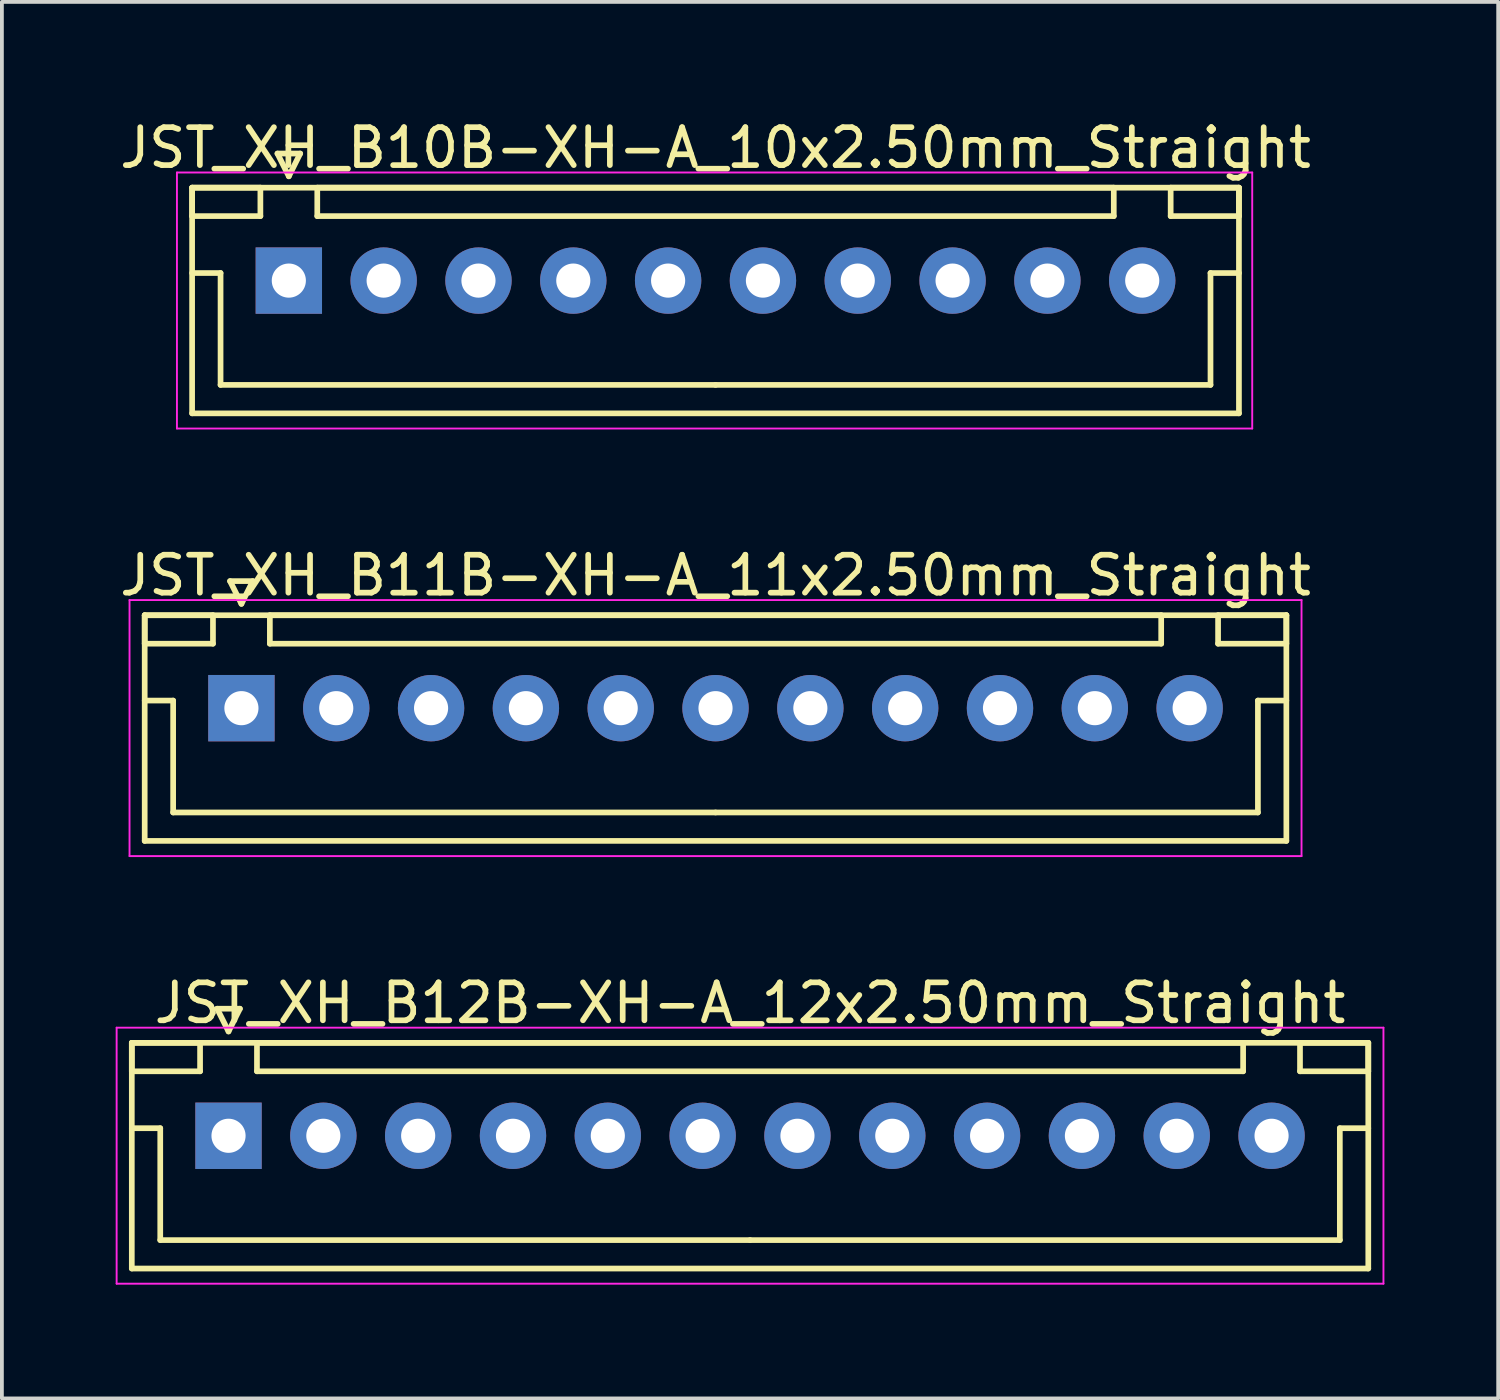
<source format=kicad_pcb>
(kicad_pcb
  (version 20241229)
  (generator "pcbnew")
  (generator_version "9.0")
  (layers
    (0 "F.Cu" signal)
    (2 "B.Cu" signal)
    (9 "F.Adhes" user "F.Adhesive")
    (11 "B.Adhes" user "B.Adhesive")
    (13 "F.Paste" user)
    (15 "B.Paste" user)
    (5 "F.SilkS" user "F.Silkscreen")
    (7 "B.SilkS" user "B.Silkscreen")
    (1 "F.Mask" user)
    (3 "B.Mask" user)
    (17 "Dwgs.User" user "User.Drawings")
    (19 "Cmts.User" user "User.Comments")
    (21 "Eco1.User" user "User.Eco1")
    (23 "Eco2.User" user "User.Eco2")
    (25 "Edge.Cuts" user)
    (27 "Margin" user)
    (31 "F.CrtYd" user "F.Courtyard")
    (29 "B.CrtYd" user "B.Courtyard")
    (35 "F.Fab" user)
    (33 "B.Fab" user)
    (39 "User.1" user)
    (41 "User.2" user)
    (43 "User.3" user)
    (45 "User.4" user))
  (footprint "JST_XH_B11B-XH-A_11x2.50mm_Straight"
    (layer "F.Cu")
    (at 3.315 15.621)
    (property "Reference" "JST_XH_B11B-XH-A_11x2.50mm_Straight" (at 12.5 -3.5 0) (layer "F.SilkS") (effects (font (size 1 1) (thickness 0.15))))
    (attr through_hole)
    (fp_line (start -2.55 -2.45) (end -2.55 -1.7) (stroke (width 0.15) (type solid)) (layer "F.SilkS"))
    (fp_line (start -2.55 -2.45) (end -2.55 3.5) (stroke (width 0.15) (type solid)) (layer "F.SilkS"))
    (fp_line (start -2.55 -1.7) (end -0.75 -1.7) (stroke (width 0.15) (type solid)) (layer "F.SilkS"))
    (fp_line (start -2.55 -0.2) (end -1.8 -0.2) (stroke (width 0.15) (type solid)) (layer "F.SilkS"))
    (fp_line (start -2.55 3.5) (end 27.55 3.5) (stroke (width 0.15) (type solid)) (layer "F.SilkS"))
    (fp_line (start -1.8 -0.2) (end -1.8 2.75) (stroke (width 0.15) (type solid)) (layer "F.SilkS"))
    (fp_line (start -1.8 2.75) (end 12.5 2.75) (stroke (width 0.15) (type solid)) (layer "F.SilkS"))
    (fp_line (start -0.75 -2.45) (end -2.55 -2.45) (stroke (width 0.15) (type solid)) (layer "F.SilkS"))
    (fp_line (start -0.75 -1.7) (end -0.75 -2.45) (stroke (width 0.15) (type solid)) (layer "F.SilkS"))
    (fp_line (start -0.3 -3.35) (end 0.3 -3.35) (stroke (width 0.15) (type solid)) (layer "F.SilkS"))
    (fp_line (start 0 -2.75) (end -0.3 -3.35) (stroke (width 0.15) (type solid)) (layer "F.SilkS"))
    (fp_line (start 0.3 -3.35) (end 0 -2.75) (stroke (width 0.15) (type solid)) (layer "F.SilkS"))
    (fp_line (start 0.75 -2.45) (end 0.75 -1.7) (stroke (width 0.15) (type solid)) (layer "F.SilkS"))
    (fp_line (start 0.75 -1.7) (end 24.25 -1.7) (stroke (width 0.15) (type solid)) (layer "F.SilkS"))
    (fp_line (start 24.25 -2.45) (end 0.75 -2.45) (stroke (width 0.15) (type solid)) (layer "F.SilkS"))
    (fp_line (start 24.25 -1.7) (end 24.25 -2.45) (stroke (width 0.15) (type solid)) (layer "F.SilkS"))
    (fp_line (start 25.75 -2.45) (end 25.75 -1.7) (stroke (width 0.15) (type solid)) (layer "F.SilkS"))
    (fp_line (start 25.75 -1.7) (end 27.55 -1.7) (stroke (width 0.15) (type solid)) (layer "F.SilkS"))
    (fp_line (start 26.8 -0.2) (end 26.8 2.75) (stroke (width 0.15) (type solid)) (layer "F.SilkS"))
    (fp_line (start 26.8 2.75) (end 12.5 2.75) (stroke (width 0.15) (type solid)) (layer "F.SilkS"))
    (fp_line (start 27.55 -2.45) (end -2.55 -2.45) (stroke (width 0.15) (type solid)) (layer "F.SilkS"))
    (fp_line (start 27.55 -2.45) (end 25.75 -2.45) (stroke (width 0.15) (type solid)) (layer "F.SilkS"))
    (fp_line (start 27.55 -1.7) (end 27.55 -2.45) (stroke (width 0.15) (type solid)) (layer "F.SilkS"))
    (fp_line (start 27.55 -0.2) (end 26.8 -0.2) (stroke (width 0.15) (type solid)) (layer "F.SilkS"))
    (fp_line (start 27.55 3.5) (end 27.55 -2.45) (stroke (width 0.15) (type solid)) (layer "F.SilkS"))
    (fp_line (start -2.95 -2.85) (end -2.95 3.9) (stroke (width 0.05) (type solid)) (layer "F.CrtYd"))
    (fp_line (start -2.95 3.9) (end 27.95 3.9) (stroke (width 0.05) (type solid)) (layer "F.CrtYd"))
    (fp_line (start 27.95 -2.85) (end -2.95 -2.85) (stroke (width 0.05) (type solid)) (layer "F.CrtYd"))
    (fp_line (start 27.95 3.9) (end 27.95 -2.85) (stroke (width 0.05) (type solid)) (layer "F.CrtYd"))
    (pad "1" thru_hole rect (at 0 0) (size 1.75 1.75) (drill 0.9) (layers "*.Cu" "*.Mask"))
    (pad "2" thru_hole circle (at 2.5 0) (size 1.75 1.75) (drill 0.9) (layers "*.Cu" "*.Mask"))
    (pad "3" thru_hole circle (at 5 0) (size 1.75 1.75) (drill 0.9) (layers "*.Cu" "*.Mask"))
    (pad "4" thru_hole circle (at 7.5 0) (size 1.75 1.75) (drill 0.9) (layers "*.Cu" "*.Mask"))
    (pad "5" thru_hole circle (at 10 0) (size 1.75 1.75) (drill 0.9) (layers "*.Cu" "*.Mask"))
    (pad "6" thru_hole circle (at 12.5 0) (size 1.75 1.75) (drill 0.9) (layers "*.Cu" "*.Mask"))
    (pad "7" thru_hole circle (at 15 0) (size 1.75 1.75) (drill 0.9) (layers "*.Cu" "*.Mask"))
    (pad "8" thru_hole circle (at 17.5 0) (size 1.75 1.75) (drill 0.9) (layers "*.Cu" "*.Mask"))
    (pad "9" thru_hole circle (at 20 0) (size 1.75 1.75) (drill 0.9) (layers "*.Cu" "*.Mask"))
    (pad "10" thru_hole circle (at 22.5 0) (size 1.75 1.75) (drill 0.9) (layers "*.Cu" "*.Mask"))
    (pad "11" thru_hole circle (at 25 0) (size 1.75 1.75) (drill 0.9) (layers "*.Cu" "*.Mask")))
  (footprint "JST_XH_B10B-XH-A_10x2.50mm_Straight"
    (layer "F.Cu")
    (at 4.565 4.348)
    (property "Reference" "JST_XH_B10B-XH-A_10x2.50mm_Straight" (at 11.25 -3.5 0) (layer "F.SilkS") (effects (font (size 1 1) (thickness 0.15))))
    (attr through_hole)
    (fp_line (start -2.55 -2.45) (end -2.55 -1.7) (stroke (width 0.15) (type solid)) (layer "F.SilkS"))
    (fp_line (start -2.55 -2.45) (end -2.55 3.5) (stroke (width 0.15) (type solid)) (layer "F.SilkS"))
    (fp_line (start -2.55 -1.7) (end -0.75 -1.7) (stroke (width 0.15) (type solid)) (layer "F.SilkS"))
    (fp_line (start -2.55 -0.2) (end -1.8 -0.2) (stroke (width 0.15) (type solid)) (layer "F.SilkS"))
    (fp_line (start -2.55 3.5) (end 25.05 3.5) (stroke (width 0.15) (type solid)) (layer "F.SilkS"))
    (fp_line (start -1.8 -0.2) (end -1.8 2.75) (stroke (width 0.15) (type solid)) (layer "F.SilkS"))
    (fp_line (start -1.8 2.75) (end 11.25 2.75) (stroke (width 0.15) (type solid)) (layer "F.SilkS"))
    (fp_line (start -0.75 -2.45) (end -2.55 -2.45) (stroke (width 0.15) (type solid)) (layer "F.SilkS"))
    (fp_line (start -0.75 -1.7) (end -0.75 -2.45) (stroke (width 0.15) (type solid)) (layer "F.SilkS"))
    (fp_line (start -0.3 -3.35) (end 0.3 -3.35) (stroke (width 0.15) (type solid)) (layer "F.SilkS"))
    (fp_line (start 0 -2.75) (end -0.3 -3.35) (stroke (width 0.15) (type solid)) (layer "F.SilkS"))
    (fp_line (start 0.3 -3.35) (end 0 -2.75) (stroke (width 0.15) (type solid)) (layer "F.SilkS"))
    (fp_line (start 0.75 -2.45) (end 0.75 -1.7) (stroke (width 0.15) (type solid)) (layer "F.SilkS"))
    (fp_line (start 0.75 -1.7) (end 21.75 -1.7) (stroke (width 0.15) (type solid)) (layer "F.SilkS"))
    (fp_line (start 21.75 -2.45) (end 0.75 -2.45) (stroke (width 0.15) (type solid)) (layer "F.SilkS"))
    (fp_line (start 21.75 -1.7) (end 21.75 -2.45) (stroke (width 0.15) (type solid)) (layer "F.SilkS"))
    (fp_line (start 23.25 -2.45) (end 23.25 -1.7) (stroke (width 0.15) (type solid)) (layer "F.SilkS"))
    (fp_line (start 23.25 -1.7) (end 25.05 -1.7) (stroke (width 0.15) (type solid)) (layer "F.SilkS"))
    (fp_line (start 24.3 -0.2) (end 24.3 2.75) (stroke (width 0.15) (type solid)) (layer "F.SilkS"))
    (fp_line (start 24.3 2.75) (end 11.25 2.75) (stroke (width 0.15) (type solid)) (layer "F.SilkS"))
    (fp_line (start 25.05 -2.45) (end -2.55 -2.45) (stroke (width 0.15) (type solid)) (layer "F.SilkS"))
    (fp_line (start 25.05 -2.45) (end 23.25 -2.45) (stroke (width 0.15) (type solid)) (layer "F.SilkS"))
    (fp_line (start 25.05 -1.7) (end 25.05 -2.45) (stroke (width 0.15) (type solid)) (layer "F.SilkS"))
    (fp_line (start 25.05 -0.2) (end 24.3 -0.2) (stroke (width 0.15) (type solid)) (layer "F.SilkS"))
    (fp_line (start 25.05 3.5) (end 25.05 -2.45) (stroke (width 0.15) (type solid)) (layer "F.SilkS"))
    (fp_line (start -2.95 -2.85) (end -2.95 3.9) (stroke (width 0.05) (type solid)) (layer "F.CrtYd"))
    (fp_line (start -2.95 3.9) (end 25.4 3.9) (stroke (width 0.05) (type solid)) (layer "F.CrtYd"))
    (fp_line (start 25.4 -2.85) (end -2.95 -2.85) (stroke (width 0.05) (type solid)) (layer "F.CrtYd"))
    (fp_line (start 25.4 3.9) (end 25.4 -2.85) (stroke (width 0.05) (type solid)) (layer "F.CrtYd"))
    (pad "1" thru_hole rect (at 0 0) (size 1.75 1.75) (drill 0.9) (layers "*.Cu" "*.Mask"))
    (pad "2" thru_hole circle (at 2.5 0) (size 1.75 1.75) (drill 0.9) (layers "*.Cu" "*.Mask"))
    (pad "3" thru_hole circle (at 5 0) (size 1.75 1.75) (drill 0.9) (layers "*.Cu" "*.Mask"))
    (pad "4" thru_hole circle (at 7.5 0) (size 1.75 1.75) (drill 0.9) (layers "*.Cu" "*.Mask"))
    (pad "5" thru_hole circle (at 10 0) (size 1.75 1.75) (drill 0.9) (layers "*.Cu" "*.Mask"))
    (pad "6" thru_hole circle (at 12.5 0) (size 1.75 1.75) (drill 0.9) (layers "*.Cu" "*.Mask"))
    (pad "7" thru_hole circle (at 15 0) (size 1.75 1.75) (drill 0.9) (layers "*.Cu" "*.Mask"))
    (pad "8" thru_hole circle (at 17.5 0) (size 1.75 1.75) (drill 0.9) (layers "*.Cu" "*.Mask"))
    (pad "9" thru_hole circle (at 20 0) (size 1.75 1.75) (drill 0.9) (layers "*.Cu" "*.Mask"))
    (pad "10" thru_hole circle (at 22.5 0) (size 1.75 1.75) (drill 0.9) (layers "*.Cu" "*.Mask")))
  (footprint "JST_XH_B12B-XH-A_12x2.50mm_Straight"
    (layer "F.Cu")
    (at 2.975 26.895)
    (property "Reference" "JST_XH_B12B-XH-A_12x2.50mm_Straight" (at 13.75 -3.5 0) (layer "F.SilkS") (effects (font (size 1 1) (thickness 0.15))))
    (attr through_hole)
    (fp_line (start -2.55 -2.45) (end -2.55 -1.7) (stroke (width 0.15) (type solid)) (layer "F.SilkS"))
    (fp_line (start -2.55 -2.45) (end -2.55 3.5) (stroke (width 0.15) (type solid)) (layer "F.SilkS"))
    (fp_line (start -2.55 -1.7) (end -0.75 -1.7) (stroke (width 0.15) (type solid)) (layer "F.SilkS"))
    (fp_line (start -2.55 -0.2) (end -1.8 -0.2) (stroke (width 0.15) (type solid)) (layer "F.SilkS"))
    (fp_line (start -2.55 3.5) (end 30.05 3.5) (stroke (width 0.15) (type solid)) (layer "F.SilkS"))
    (fp_line (start -1.8 -0.2) (end -1.8 2.75) (stroke (width 0.15) (type solid)) (layer "F.SilkS"))
    (fp_line (start -1.8 2.75) (end 13.75 2.75) (stroke (width 0.15) (type solid)) (layer "F.SilkS"))
    (fp_line (start -0.75 -2.45) (end -2.55 -2.45) (stroke (width 0.15) (type solid)) (layer "F.SilkS"))
    (fp_line (start -0.75 -1.7) (end -0.75 -2.45) (stroke (width 0.15) (type solid)) (layer "F.SilkS"))
    (fp_line (start -0.3 -3.35) (end 0.3 -3.35) (stroke (width 0.15) (type solid)) (layer "F.SilkS"))
    (fp_line (start 0 -2.75) (end -0.3 -3.35) (stroke (width 0.15) (type solid)) (layer "F.SilkS"))
    (fp_line (start 0.3 -3.35) (end 0 -2.75) (stroke (width 0.15) (type solid)) (layer "F.SilkS"))
    (fp_line (start 0.75 -2.45) (end 0.75 -1.7) (stroke (width 0.15) (type solid)) (layer "F.SilkS"))
    (fp_line (start 0.75 -1.7) (end 26.75 -1.7) (stroke (width 0.15) (type solid)) (layer "F.SilkS"))
    (fp_line (start 26.75 -2.45) (end 0.75 -2.45) (stroke (width 0.15) (type solid)) (layer "F.SilkS"))
    (fp_line (start 26.75 -1.7) (end 26.75 -2.45) (stroke (width 0.15) (type solid)) (layer "F.SilkS"))
    (fp_line (start 28.25 -2.45) (end 28.25 -1.7) (stroke (width 0.15) (type solid)) (layer "F.SilkS"))
    (fp_line (start 28.25 -1.7) (end 30.05 -1.7) (stroke (width 0.15) (type solid)) (layer "F.SilkS"))
    (fp_line (start 29.3 -0.2) (end 29.3 2.75) (stroke (width 0.15) (type solid)) (layer "F.SilkS"))
    (fp_line (start 29.3 2.75) (end 13.75 2.75) (stroke (width 0.15) (type solid)) (layer "F.SilkS"))
    (fp_line (start 30.05 -2.45) (end -2.55 -2.45) (stroke (width 0.15) (type solid)) (layer "F.SilkS"))
    (fp_line (start 30.05 -2.45) (end 28.25 -2.45) (stroke (width 0.15) (type solid)) (layer "F.SilkS"))
    (fp_line (start 30.05 -1.7) (end 30.05 -2.45) (stroke (width 0.15) (type solid)) (layer "F.SilkS"))
    (fp_line (start 30.05 -0.2) (end 29.3 -0.2) (stroke (width 0.15) (type solid)) (layer "F.SilkS"))
    (fp_line (start 30.05 3.5) (end 30.05 -2.45) (stroke (width 0.15) (type solid)) (layer "F.SilkS"))
    (fp_line (start -2.95 -2.85) (end -2.95 3.9) (stroke (width 0.05) (type solid)) (layer "F.CrtYd"))
    (fp_line (start -2.95 3.9) (end 30.45 3.9) (stroke (width 0.05) (type solid)) (layer "F.CrtYd"))
    (fp_line (start 30.45 -2.85) (end -2.95 -2.85) (stroke (width 0.05) (type solid)) (layer "F.CrtYd"))
    (fp_line (start 30.45 3.9) (end 30.45 -2.85) (stroke (width 0.05) (type solid)) (layer "F.CrtYd"))
    (pad "1" thru_hole rect (at 0 0) (size 1.75 1.75) (drill 0.9) (layers "*.Cu" "*.Mask"))
    (pad "2" thru_hole circle (at 2.5 0) (size 1.75 1.75) (drill 0.9) (layers "*.Cu" "*.Mask"))
    (pad "3" thru_hole circle (at 5 0) (size 1.75 1.75) (drill 0.9) (layers "*.Cu" "*.Mask"))
    (pad "4" thru_hole circle (at 7.5 0) (size 1.75 1.75) (drill 0.9) (layers "*.Cu" "*.Mask"))
    (pad "5" thru_hole circle (at 10 0) (size 1.75 1.75) (drill 0.9) (layers "*.Cu" "*.Mask"))
    (pad "6" thru_hole circle (at 12.5 0) (size 1.75 1.75) (drill 0.9) (layers "*.Cu" "*.Mask"))
    (pad "7" thru_hole circle (at 15 0) (size 1.75 1.75) (drill 0.9) (layers "*.Cu" "*.Mask"))
    (pad "8" thru_hole circle (at 17.5 0) (size 1.75 1.75) (drill 0.9) (layers "*.Cu" "*.Mask"))
    (pad "9" thru_hole circle (at 20 0) (size 1.75 1.75) (drill 0.9) (layers "*.Cu" "*.Mask"))
    (pad "10" thru_hole circle (at 22.5 0) (size 1.75 1.75) (drill 0.9) (layers "*.Cu" "*.Mask"))
    (pad "11" thru_hole circle (at 25 0) (size 1.75 1.75) (drill 0.9) (layers "*.Cu" "*.Mask"))
    (pad "12" thru_hole circle (at 27.5 0) (size 1.75 1.75) (drill 0.9) (layers "*.Cu" "*.Mask")))
  (gr_rect
    (start -3 -3)
    (end 36.45 33.82)
    (stroke (width 0.1) (type default))
    (fill no)
    (layer "Edge.Cuts")))
</source>
